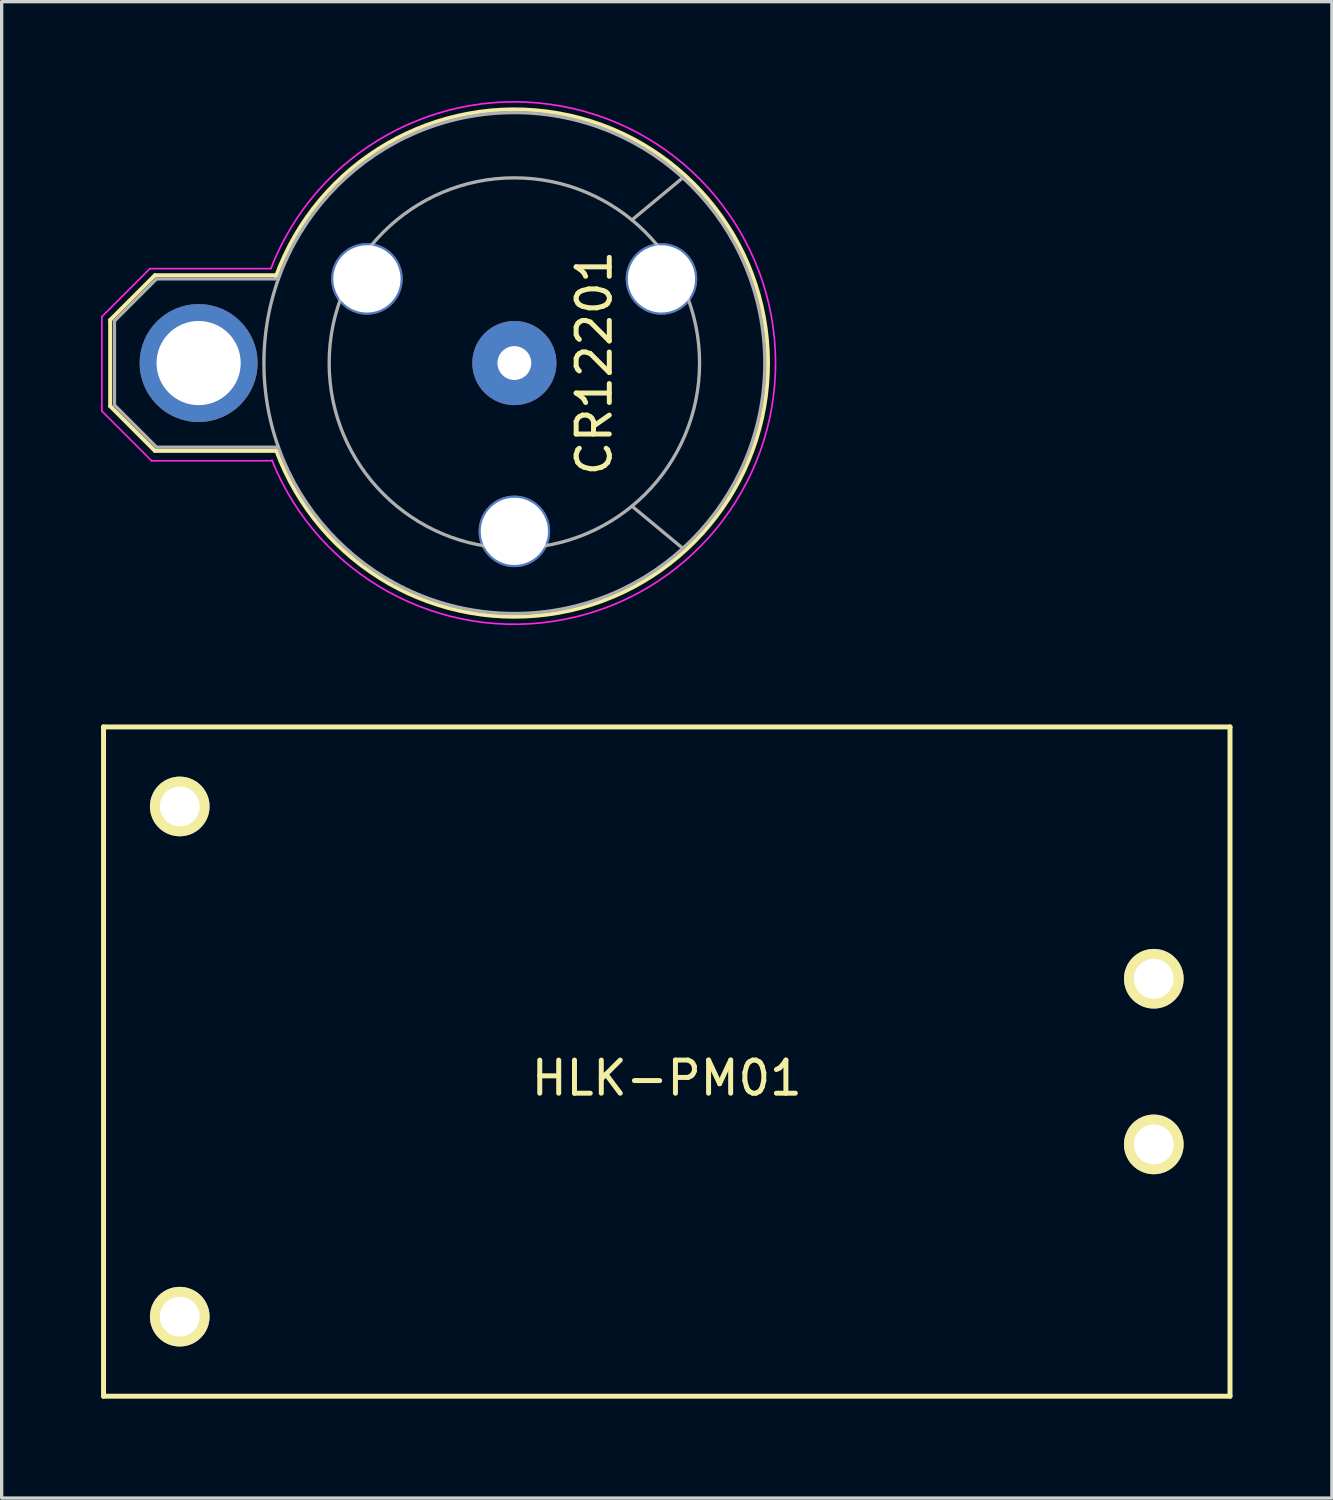
<source format=kicad_pcb>
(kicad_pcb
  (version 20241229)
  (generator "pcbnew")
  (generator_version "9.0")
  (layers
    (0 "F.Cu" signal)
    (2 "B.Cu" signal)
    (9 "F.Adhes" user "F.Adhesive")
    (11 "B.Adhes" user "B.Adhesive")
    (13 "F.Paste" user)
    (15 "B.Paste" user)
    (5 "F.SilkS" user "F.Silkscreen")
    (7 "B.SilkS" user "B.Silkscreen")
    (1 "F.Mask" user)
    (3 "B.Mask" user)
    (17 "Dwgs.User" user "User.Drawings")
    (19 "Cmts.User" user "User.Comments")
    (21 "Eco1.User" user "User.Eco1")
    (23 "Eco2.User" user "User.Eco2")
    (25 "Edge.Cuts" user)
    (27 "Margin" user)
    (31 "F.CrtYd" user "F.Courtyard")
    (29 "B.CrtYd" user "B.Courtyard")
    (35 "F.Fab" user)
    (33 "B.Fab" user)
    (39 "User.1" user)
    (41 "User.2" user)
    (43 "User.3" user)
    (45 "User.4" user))
  (footprint "HLK-PM01"
    (layer "F.Cu")
    (at 17.075 28.991)
    (property "Reference" "HLK-PM01" (at 0 0.5 0) (layer "F.SilkS") (effects (font (size 1 1) (thickness 0.15))))
    (attr through_hole)
    (fp_line (start -17 -10.1) (end -17 10.1) (stroke (width 0.15) (type solid)) (layer "F.SilkS"))
    (fp_line (start -17 -10.1) (end 17 -10.1) (stroke (width 0.15) (type solid)) (layer "F.SilkS"))
    (fp_line (start -17 10.1) (end 17 10.1) (stroke (width 0.15) (type solid)) (layer "F.SilkS"))
    (fp_line (start 17 -10.1) (end 17 10.1) (stroke (width 0.15) (type solid)) (layer "F.SilkS"))
    (pad "1" thru_hole circle (at -14.7 -7.7) (size 1.8 1.8) (drill 1.2) (layers "*.Cu" "*.Mask" "F.SilkS"))
    (pad "2" thru_hole circle (at -14.7 7.7) (size 1.8 1.8) (drill 1.2) (layers "*.Cu" "*.Mask" "F.SilkS"))
    (pad "3" thru_hole circle (at 14.7 2.5) (size 1.8 1.8) (drill 1.2) (layers "*.Cu" "*.Mask" "F.SilkS"))
    (pad "4" thru_hole circle (at 14.7 -2.5) (size 1.8 1.8) (drill 1.2) (layers "*.Cu" "*.Mask" "F.SilkS")))
  (footprint "CR12201"
    (layer "F.Cu")
    (at 2.945 7.908)
    (property "Reference" "CR12201" (at 11.94 0 90) (layer "F.SilkS") (effects (font (size 1 1) (thickness 0.15))))
    (attr through_hole)
    (fp_line (start -2.67 -1.3) (end -1.32 -2.65) (stroke (width 0.12) (type solid)) (layer "F.SilkS"))
    (fp_line (start -2.67 1.3) (end -2.67 -1.3) (stroke (width 0.12) (type solid)) (layer "F.SilkS"))
    (fp_line (start -1.32 -2.65) (end 2.33 -2.65) (stroke (width 0.12) (type solid)) (layer "F.SilkS"))
    (fp_line (start -1.32 2.65) (end -2.67 1.3) (stroke (width 0.12) (type solid)) (layer "F.SilkS"))
    (fp_line (start 2.33 2.65) (end -1.32 2.65) (stroke (width 0.12) (type solid)) (layer "F.SilkS"))
    (fp_arc (start 2.33 -2.6) (mid 17.185039 -0.019344) (end 2.343232 2.636355) (stroke (width 0.12) (type solid)) (layer "F.SilkS"))
    (fp_line (start -2.92 -1.4) (end -1.47 -2.85) (stroke (width 0.05) (type solid)) (layer "F.CrtYd"))
    (fp_line (start -2.92 1.45) (end -2.92 -1.4) (stroke (width 0.05) (type solid)) (layer "F.CrtYd"))
    (fp_line (start -1.47 -2.85) (end 2.18 -2.85) (stroke (width 0.05) (type solid)) (layer "F.CrtYd"))
    (fp_line (start -1.42 2.95) (end -2.92 1.45) (stroke (width 0.05) (type solid)) (layer "F.CrtYd"))
    (fp_line (start 2.23 2.95) (end -1.42 2.95) (stroke (width 0.05) (type solid)) (layer "F.CrtYd"))
    (fp_arc (start 2.18 -2.85) (mid 17.413098 -0.042094) (end 2.210855 2.92833) (stroke (width 0.05) (type solid)) (layer "F.CrtYd"))
    (fp_line (start -2.54 -1.27) (end -1.27 -2.54) (stroke (width 0.1) (type solid)) (layer "F.Fab"))
    (fp_line (start -2.54 1.27) (end -2.54 -1.27) (stroke (width 0.1) (type solid)) (layer "F.Fab"))
    (fp_line (start -1.27 -2.54) (end 2.41 -2.54) (stroke (width 0.1) (type solid)) (layer "F.Fab"))
    (fp_line (start -1.27 2.54) (end -2.54 1.27) (stroke (width 0.1) (type solid)) (layer "F.Fab"))
    (fp_line (start -1.27 2.54) (end 2.41 2.54) (stroke (width 0.1) (type solid)) (layer "F.Fab"))
    (fp_line (start 13.08 -4.32) (end 14.61 -5.59) (stroke (width 0.1) (type solid)) (layer "F.Fab"))
    (fp_line (start 13.08 4.32) (end 14.61 5.59) (stroke (width 0.1) (type solid)) (layer "F.Fab"))
    (fp_circle (center 9.53 0) (end 2.41 2.54) (stroke (width 0.1) (type solid)) (fill no) (layer "F.Fab"))
    (fp_circle (center 9.53 0) (end 3.94 0) (stroke (width 0.1) (type solid)) (fill no) (layer "F.Fab"))
    (pad "" thru_hole circle (at 5.08 -2.54) (size 2.16 2.16) (drill 2.03) (layers "*.Cu" "*.Mask"))
    (pad "" thru_hole circle (at 9.53 5.08) (size 2.16 2.16) (drill 2.03) (layers "*.Cu" "*.Mask"))
    (pad "" thru_hole circle (at 13.97 -2.54) (size 2.16 2.16) (drill 2.03) (layers "*.Cu" "*.Mask"))
    (pad "1" thru_hole circle (at 0 0) (size 3.56 3.56) (drill 2.54) (layers "*.Cu" "*.Mask"))
    (pad "2" thru_hole circle (at 9.53 0) (size 2.54 2.54) (drill 1.02) (layers "*.Cu" "*.Mask")))
  (gr_rect
    (start -3 -3)
    (end 37.15 42.166)
    (stroke (width 0.1) (type default))
    (fill no)
    (layer "Edge.Cuts")))
</source>
